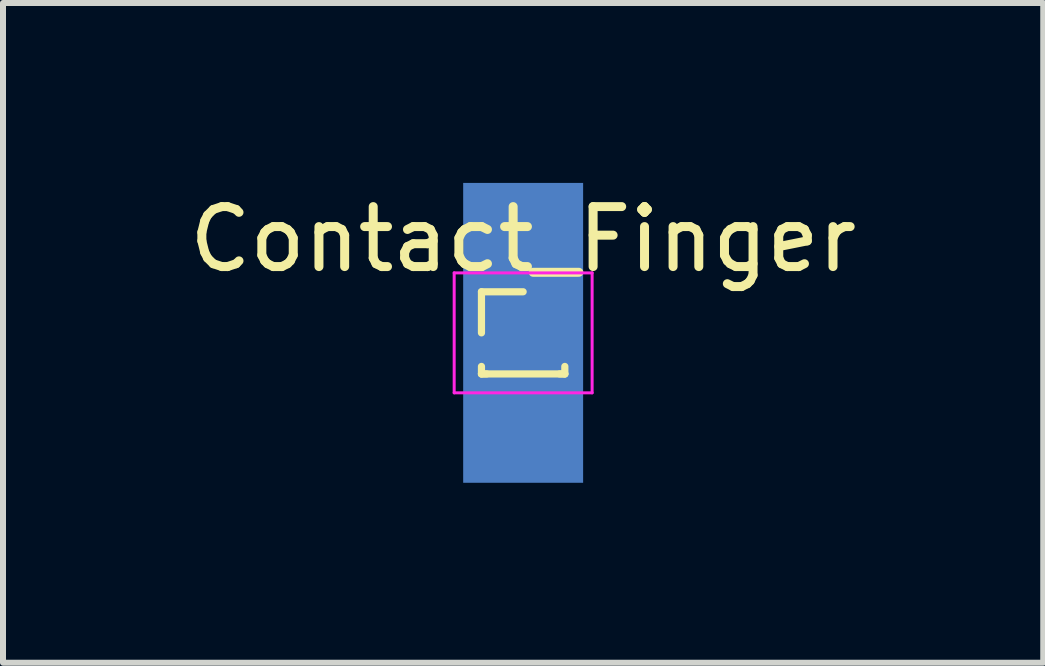
<source format=kicad_pcb>
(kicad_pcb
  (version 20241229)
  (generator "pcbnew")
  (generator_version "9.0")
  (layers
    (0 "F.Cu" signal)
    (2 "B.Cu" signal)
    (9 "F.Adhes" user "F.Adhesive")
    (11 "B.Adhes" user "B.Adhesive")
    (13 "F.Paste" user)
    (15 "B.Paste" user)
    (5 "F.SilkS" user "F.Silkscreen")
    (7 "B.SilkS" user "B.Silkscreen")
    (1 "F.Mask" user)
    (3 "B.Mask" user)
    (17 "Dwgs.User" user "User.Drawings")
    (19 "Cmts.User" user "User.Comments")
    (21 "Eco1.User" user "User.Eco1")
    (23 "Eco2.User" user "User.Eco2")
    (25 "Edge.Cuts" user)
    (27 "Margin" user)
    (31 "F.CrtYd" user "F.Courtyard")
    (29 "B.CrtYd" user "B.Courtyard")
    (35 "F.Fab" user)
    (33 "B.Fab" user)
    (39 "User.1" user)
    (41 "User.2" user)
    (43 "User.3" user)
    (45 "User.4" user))
  (footprint "Contact_Finger"
    (layer "F.Cu")
    (at 5.673 2.5)
    (property "Reference" "Contact_Finger" (at 0 -1.56 0) (layer "F.SilkS") (effects (font (size 1 1) (thickness 0.15))))
    (attr through_hole)
    (fp_line (start -0.695 -0.685) (end 0 -0.685) (stroke (width 0.12) (type solid)) (layer "F.SilkS"))
    (fp_line (start -0.695 0) (end -0.695 -0.685) (stroke (width 0.12) (type solid)) (layer "F.SilkS"))
    (fp_line (start -0.695 0.685) (end -0.695 0.56) (stroke (width 0.12) (type solid)) (layer "F.SilkS"))
    (fp_line (start -0.695 0.685) (end -0.608 0.685) (stroke (width 0.12) (type solid)) (layer "F.SilkS"))
    (fp_line (start -0.695 0.685) (end 0.695 0.685) (stroke (width 0.12) (type solid)) (layer "F.SilkS"))
    (fp_line (start 0.608 0.685) (end 0.695 0.685) (stroke (width 0.12) (type solid)) (layer "F.SilkS"))
    (fp_line (start 0.695 0.685) (end 0.695 0.56) (stroke (width 0.12) (type solid)) (layer "F.SilkS"))
    (fp_line (start -1.15 -1) (end -1.15 1) (stroke (width 0.05) (type solid)) (layer "F.CrtYd"))
    (fp_line (start -1.15 1) (end 1.15 1) (stroke (width 0.05) (type solid)) (layer "F.CrtYd"))
    (fp_line (start 1.15 -1) (end -1.15 -1) (stroke (width 0.05) (type solid)) (layer "F.CrtYd"))
    (fp_line (start 1.15 1) (end 1.15 -1) (stroke (width 0.05) (type solid)) (layer "F.CrtYd"))
    (pad "1" smd rect (at 0 0) (size 2 5) (layers "F.Mask" "B.Cu" "F.Paste")))
  (gr_rect
    (start -3 -3)
    (end 14.345 8)
    (stroke (width 0.1) (type default))
    (fill no)
    (layer "Edge.Cuts")))
</source>
